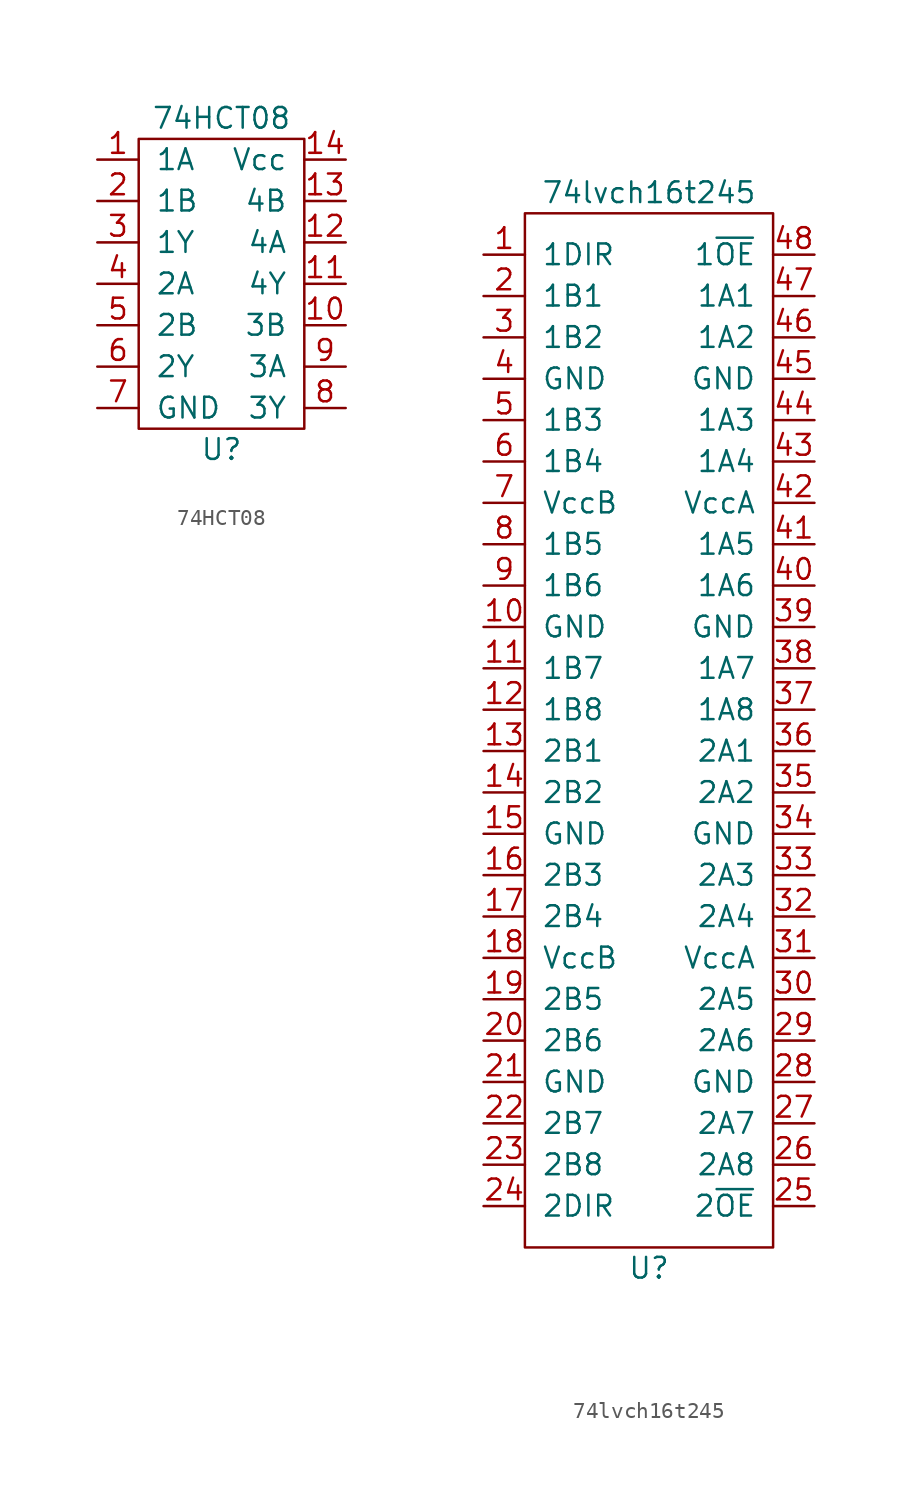
<source format=kicad_sym>
(kicad_symbol_lib
  (version 20211014)
  (generator kicad_symbol_editor)
  (symbol "74HCT08"
    (pin_names
      (offset 1.016))
    (property "Reference" "U"
      (at 0 -10.16 0)
      (effects (font (size 1.27 1.27))))
    (property "Value" "74HCT08"
      (at 0 10.16 0)
      (effects (font (size 1.27 1.27))))
    (symbol "74HCT08_0_1"
      (rectangle (start -5.08 8.89) (end 5.08 -8.89) (stroke (width 0) (type default) (color 0 0 0 0)) (fill (type none))))
    (symbol "74HCT08_1_1"
      (pin input line (at -7.62 7.62 0) (length 2.54) (name "1A" (effects (font (size 1.27 1.27)))) (number "1" (effects (font (size 1.27 1.27)))))
      (pin input line (at 7.62 -2.54 180) (length 2.54) (name "3B" (effects (font (size 1.27 1.27)))) (number "10" (effects (font (size 1.27 1.27)))))
      (pin input line (at 7.62 0 180) (length 2.54) (name "4Y" (effects (font (size 1.27 1.27)))) (number "11" (effects (font (size 1.27 1.27)))))
      (pin input line (at 7.62 2.54 180) (length 2.54) (name "4A" (effects (font (size 1.27 1.27)))) (number "12" (effects (font (size 1.27 1.27)))))
      (pin input line (at 7.62 5.08 180) (length 2.54) (name "4B" (effects (font (size 1.27 1.27)))) (number "13" (effects (font (size 1.27 1.27)))))
      (pin input line (at 7.62 7.62 180) (length 2.54) (name "Vcc" (effects (font (size 1.27 1.27)))) (number "14" (effects (font (size 1.27 1.27)))))
      (pin input line (at -7.62 5.08 0) (length 2.54) (name "1B" (effects (font (size 1.27 1.27)))) (number "2" (effects (font (size 1.27 1.27)))))
      (pin input line (at -7.62 2.54 0) (length 2.54) (name "1Y" (effects (font (size 1.27 1.27)))) (number "3" (effects (font (size 1.27 1.27)))))
      (pin input line (at -7.62 0 0) (length 2.54) (name "2A" (effects (font (size 1.27 1.27)))) (number "4" (effects (font (size 1.27 1.27)))))
      (pin input line (at -7.62 -2.54 0) (length 2.54) (name "2B" (effects (font (size 1.27 1.27)))) (number "5" (effects (font (size 1.27 1.27)))))
      (pin input line (at -7.62 -5.08 0) (length 2.54) (name "2Y" (effects (font (size 1.27 1.27)))) (number "6" (effects (font (size 1.27 1.27)))))
      (pin input line (at -7.62 -7.62 0) (length 2.54) (name "GND" (effects (font (size 1.27 1.27)))) (number "7" (effects (font (size 1.27 1.27)))))
      (pin input line (at 7.62 -7.62 180) (length 2.54) (name "3Y" (effects (font (size 1.27 1.27)))) (number "8" (effects (font (size 1.27 1.27)))))
      (pin input line (at 7.62 -5.08 180) (length 2.54) (name "3A" (effects (font (size 1.27 1.27)))) (number "9" (effects (font (size 1.27 1.27)))))))
  (symbol "74lvch16t245"
    (pin_names
      (offset 1.016))
    (property "Reference" "U"
      (at 0 -33.02 0)
      (effects (font (size 1.27 1.27))))
    (property "Value" "74lvch16t245"
      (at 0 33.02 0)
      (effects (font (size 1.27 1.27))))
    (symbol "74lvch16t245_0_1"
      (rectangle (start -7.62 31.75) (end 7.62 -31.75) (stroke (width 0) (type default) (color 0 0 0 0)) (fill (type none))))
    (symbol "74lvch16t245_1_1"
      (pin input line (at -10.16 29.21 0) (length 2.54) (name "1DIR" (effects (font (size 1.27 1.27)))) (number "1" (effects (font (size 1.27 1.27)))))
      (pin power_in line (at -10.16 6.35 0) (length 2.54) (name "GND" (effects (font (size 1.27 1.27)))) (number "10" (effects (font (size 1.27 1.27)))))
      (pin bidirectional line (at -10.16 3.81 0) (length 2.54) (name "1B7" (effects (font (size 1.27 1.27)))) (number "11" (effects (font (size 1.27 1.27)))))
      (pin bidirectional line (at -10.16 1.27 0) (length 2.54) (name "1B8" (effects (font (size 1.27 1.27)))) (number "12" (effects (font (size 1.27 1.27)))))
      (pin bidirectional line (at -10.16 -1.27 0) (length 2.54) (name "2B1" (effects (font (size 1.27 1.27)))) (number "13" (effects (font (size 1.27 1.27)))))
      (pin bidirectional line (at -10.16 -3.81 0) (length 2.54) (name "2B2" (effects (font (size 1.27 1.27)))) (number "14" (effects (font (size 1.27 1.27)))))
      (pin power_in line (at -10.16 -6.35 0) (length 2.54) (name "GND" (effects (font (size 1.27 1.27)))) (number "15" (effects (font (size 1.27 1.27)))))
      (pin bidirectional line (at -10.16 -8.89 0) (length 2.54) (name "2B3" (effects (font (size 1.27 1.27)))) (number "16" (effects (font (size 1.27 1.27)))))
      (pin bidirectional line (at -10.16 -11.43 0) (length 2.54) (name "2B4" (effects (font (size 1.27 1.27)))) (number "17" (effects (font (size 1.27 1.27)))))
      (pin power_in line (at -10.16 -13.97 0) (length 2.54) (name "VccB" (effects (font (size 1.27 1.27)))) (number "18" (effects (font (size 1.27 1.27)))))
      (pin bidirectional line (at -10.16 -16.51 0) (length 2.54) (name "2B5" (effects (font (size 1.27 1.27)))) (number "19" (effects (font (size 1.27 1.27)))))
      (pin bidirectional line (at -10.16 26.67 0) (length 2.54) (name "1B1" (effects (font (size 1.27 1.27)))) (number "2" (effects (font (size 1.27 1.27)))))
      (pin bidirectional line (at -10.16 -19.05 0) (length 2.54) (name "2B6" (effects (font (size 1.27 1.27)))) (number "20" (effects (font (size 1.27 1.27)))))
      (pin power_in line (at -10.16 -21.59 0) (length 2.54) (name "GND" (effects (font (size 1.27 1.27)))) (number "21" (effects (font (size 1.27 1.27)))))
      (pin bidirectional line (at -10.16 -24.13 0) (length 2.54) (name "2B7" (effects (font (size 1.27 1.27)))) (number "22" (effects (font (size 1.27 1.27)))))
      (pin bidirectional line (at -10.16 -26.67 0) (length 2.54) (name "2B8" (effects (font (size 1.27 1.27)))) (number "23" (effects (font (size 1.27 1.27)))))
      (pin input line (at -10.16 -29.21 0) (length 2.54) (name "2DIR" (effects (font (size 1.27 1.27)))) (number "24" (effects (font (size 1.27 1.27)))))
      (pin input line (at 10.16 -29.21 180) (length 2.54) (name "2~{OE}" (effects (font (size 1.27 1.27)))) (number "25" (effects (font (size 1.27 1.27)))))
      (pin bidirectional line (at 10.16 -26.67 180) (length 2.54) (name "2A8" (effects (font (size 1.27 1.27)))) (number "26" (effects (font (size 1.27 1.27)))))
      (pin bidirectional line (at 10.16 -24.13 180) (length 2.54) (name "2A7" (effects (font (size 1.27 1.27)))) (number "27" (effects (font (size 1.27 1.27)))))
      (pin power_in line (at 10.16 -21.59 180) (length 2.54) (name "GND" (effects (font (size 1.27 1.27)))) (number "28" (effects (font (size 1.27 1.27)))))
      (pin bidirectional line (at 10.16 -19.05 180) (length 2.54) (name "2A6" (effects (font (size 1.27 1.27)))) (number "29" (effects (font (size 1.27 1.27)))))
      (pin bidirectional line (at -10.16 24.13 0) (length 2.54) (name "1B2" (effects (font (size 1.27 1.27)))) (number "3" (effects (font (size 1.27 1.27)))))
      (pin bidirectional line (at 10.16 -16.51 180) (length 2.54) (name "2A5" (effects (font (size 1.27 1.27)))) (number "30" (effects (font (size 1.27 1.27)))))
      (pin power_in line (at 10.16 -13.97 180) (length 2.54) (name "VccA" (effects (font (size 1.27 1.27)))) (number "31" (effects (font (size 1.27 1.27)))))
      (pin bidirectional line (at 10.16 -11.43 180) (length 2.54) (name "2A4" (effects (font (size 1.27 1.27)))) (number "32" (effects (font (size 1.27 1.27)))))
      (pin bidirectional line (at 10.16 -8.89 180) (length 2.54) (name "2A3" (effects (font (size 1.27 1.27)))) (number "33" (effects (font (size 1.27 1.27)))))
      (pin power_in line (at 10.16 -6.35 180) (length 2.54) (name "GND" (effects (font (size 1.27 1.27)))) (number "34" (effects (font (size 1.27 1.27)))))
      (pin bidirectional line (at 10.16 -3.81 180) (length 2.54) (name "2A2" (effects (font (size 1.27 1.27)))) (number "35" (effects (font (size 1.27 1.27)))))
      (pin bidirectional line (at 10.16 -1.27 180) (length 2.54) (name "2A1" (effects (font (size 1.27 1.27)))) (number "36" (effects (font (size 1.27 1.27)))))
      (pin bidirectional line (at 10.16 1.27 180) (length 2.54) (name "1A8" (effects (font (size 1.27 1.27)))) (number "37" (effects (font (size 1.27 1.27)))))
      (pin bidirectional line (at 10.16 3.81 180) (length 2.54) (name "1A7" (effects (font (size 1.27 1.27)))) (number "38" (effects (font (size 1.27 1.27)))))
      (pin power_in line (at 10.16 6.35 180) (length 2.54) (name "GND" (effects (font (size 1.27 1.27)))) (number "39" (effects (font (size 1.27 1.27)))))
      (pin power_in line (at -10.16 21.59 0) (length 2.54) (name "GND" (effects (font (size 1.27 1.27)))) (number "4" (effects (font (size 1.27 1.27)))))
      (pin bidirectional line (at 10.16 8.89 180) (length 2.54) (name "1A6" (effects (font (size 1.27 1.27)))) (number "40" (effects (font (size 1.27 1.27)))))
      (pin bidirectional line (at 10.16 11.43 180) (length 2.54) (name "1A5" (effects (font (size 1.27 1.27)))) (number "41" (effects (font (size 1.27 1.27)))))
      (pin power_in line (at 10.16 13.97 180) (length 2.54) (name "VccA" (effects (font (size 1.27 1.27)))) (number "42" (effects (font (size 1.27 1.27)))))
      (pin bidirectional line (at 10.16 16.51 180) (length 2.54) (name "1A4" (effects (font (size 1.27 1.27)))) (number "43" (effects (font (size 1.27 1.27)))))
      (pin bidirectional line (at 10.16 19.05 180) (length 2.54) (name "1A3" (effects (font (size 1.27 1.27)))) (number "44" (effects (font (size 1.27 1.27)))))
      (pin power_in line (at 10.16 21.59 180) (length 2.54) (name "GND" (effects (font (size 1.27 1.27)))) (number "45" (effects (font (size 1.27 1.27)))))
      (pin bidirectional line (at 10.16 24.13 180) (length 2.54) (name "1A2" (effects (font (size 1.27 1.27)))) (number "46" (effects (font (size 1.27 1.27)))))
      (pin bidirectional line (at 10.16 26.67 180) (length 2.54) (name "1A1" (effects (font (size 1.27 1.27)))) (number "47" (effects (font (size 1.27 1.27)))))
      (pin input line (at 10.16 29.21 180) (length 2.54) (name "1~{OE}" (effects (font (size 1.27 1.27)))) (number "48" (effects (font (size 1.27 1.27)))))
      (pin bidirectional line (at -10.16 19.05 0) (length 2.54) (name "1B3" (effects (font (size 1.27 1.27)))) (number "5" (effects (font (size 1.27 1.27)))))
      (pin bidirectional line (at -10.16 16.51 0) (length 2.54) (name "1B4" (effects (font (size 1.27 1.27)))) (number "6" (effects (font (size 1.27 1.27)))))
      (pin power_in line (at -10.16 13.97 0) (length 2.54) (name "VccB" (effects (font (size 1.27 1.27)))) (number "7" (effects (font (size 1.27 1.27)))))
      (pin bidirectional line (at -10.16 11.43 0) (length 2.54) (name "1B5" (effects (font (size 1.27 1.27)))) (number "8" (effects (font (size 1.27 1.27)))))
      (pin bidirectional line (at -10.16 8.89 0) (length 2.54) (name "1B6" (effects (font (size 1.27 1.27)))) (number "9" (effects (font (size 1.27 1.27))))))))
</source>
